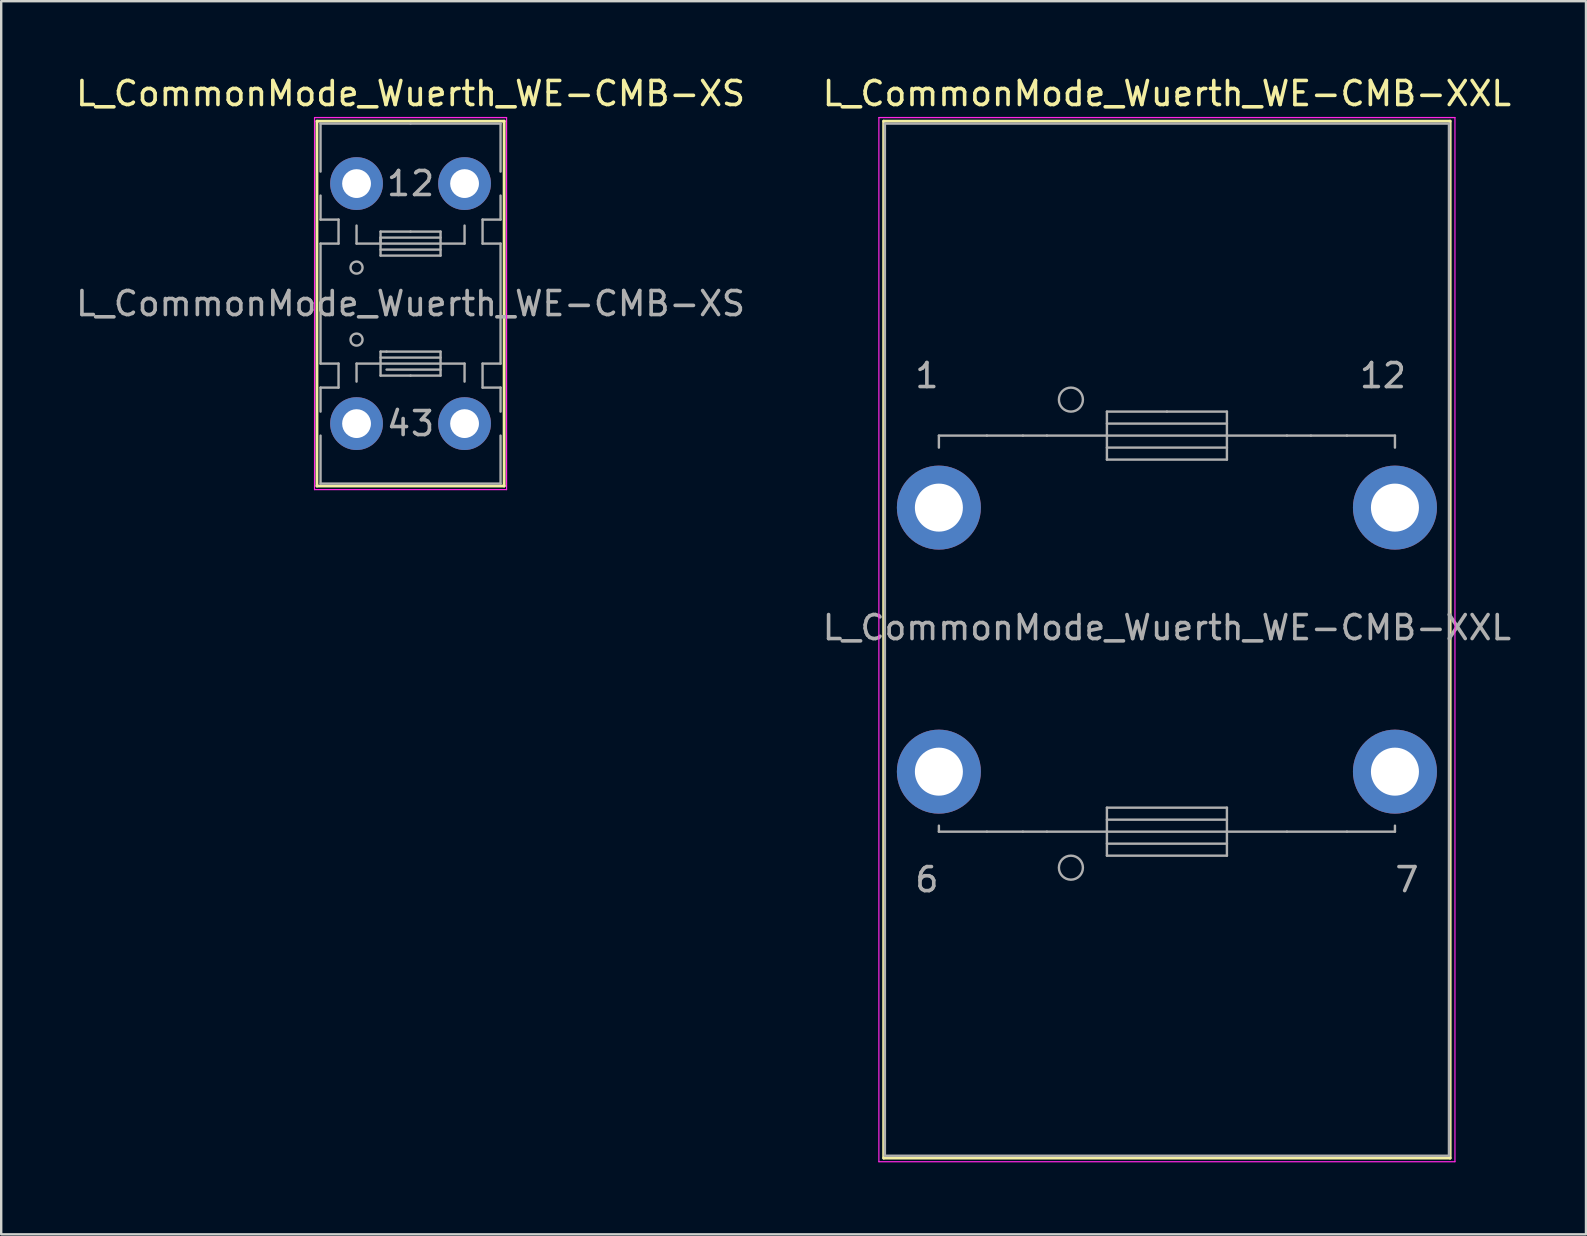
<source format=kicad_pcb>
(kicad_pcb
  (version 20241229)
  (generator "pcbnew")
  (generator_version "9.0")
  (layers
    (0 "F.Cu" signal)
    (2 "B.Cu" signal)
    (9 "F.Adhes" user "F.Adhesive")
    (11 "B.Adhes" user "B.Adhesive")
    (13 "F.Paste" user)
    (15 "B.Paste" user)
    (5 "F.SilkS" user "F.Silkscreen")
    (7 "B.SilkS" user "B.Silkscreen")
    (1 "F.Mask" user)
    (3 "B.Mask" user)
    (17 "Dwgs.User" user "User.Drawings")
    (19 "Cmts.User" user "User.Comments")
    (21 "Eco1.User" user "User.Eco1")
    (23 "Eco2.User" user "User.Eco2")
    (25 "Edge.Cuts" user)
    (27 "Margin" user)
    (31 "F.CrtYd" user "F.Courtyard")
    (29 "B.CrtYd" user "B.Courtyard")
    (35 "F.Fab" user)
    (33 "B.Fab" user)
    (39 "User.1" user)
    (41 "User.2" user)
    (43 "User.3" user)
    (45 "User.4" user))
  (footprint "L_CommonMode_Wuerth_WE-CMB-XXL"
    (layer "F.Cu")
    (at 36.065 18.098)
    (property "Reference" "L_CommonMode_Wuerth_WE-CMB-XXL" (at 9.5 -17.25 0) (layer "F.SilkS") (effects (font (size 1 1) (thickness 0.15))))
    (attr through_hole)
    (fp_line (start -2.3 -16.1) (end 21.3 -16.1) (stroke (width 0.12) (type solid)) (layer "F.SilkS"))
    (fp_line (start -2.3 27.1) (end -2.3 -16.1) (stroke (width 0.12) (type solid)) (layer "F.SilkS"))
    (fp_line (start 21.3 -16.1) (end 21.3 27.1) (stroke (width 0.12) (type solid)) (layer "F.SilkS"))
    (fp_line (start 21.3 27.1) (end -2.3 27.1) (stroke (width 0.12) (type solid)) (layer "F.SilkS"))
    (fp_line (start -2.5 -16.25) (end 21.5 -16.25) (stroke (width 0.05) (type solid)) (layer "F.CrtYd"))
    (fp_line (start -2.5 27.25) (end -2.5 -16.25) (stroke (width 0.05) (type solid)) (layer "F.CrtYd"))
    (fp_line (start 21.5 -16.25) (end 21.5 27.25) (stroke (width 0.05) (type solid)) (layer "F.CrtYd"))
    (fp_line (start 21.5 27.25) (end -2.5 27.25) (stroke (width 0.05) (type solid)) (layer "F.CrtYd"))
    (fp_line (start -2.25 -16) (end -2.25 27) (stroke (width 0.1) (type solid)) (layer "F.Fab"))
    (fp_line (start -2.25 27) (end 21.25 27) (stroke (width 0.1) (type solid)) (layer "F.Fab"))
    (fp_line (start 0 -3) (end 0 -2.5) (stroke (width 0.1) (type solid)) (layer "F.Fab"))
    (fp_line (start 0 13.5) (end 0 13.25) (stroke (width 0.1) (type solid)) (layer "F.Fab"))
    (fp_line (start 2 -3) (end 0 -3) (stroke (width 0.1) (type solid)) (layer "F.Fab"))
    (fp_line (start 2 13.5) (end 0 13.5) (stroke (width 0.1) (type solid)) (layer "F.Fab"))
    (fp_line (start 3.5 -3) (end 2 -3) (stroke (width 0.1) (type solid)) (layer "F.Fab"))
    (fp_line (start 3.5 13.5) (end 2 13.5) (stroke (width 0.1) (type solid)) (layer "F.Fab"))
    (fp_line (start 4.5 -3) (end 3.5 -3) (stroke (width 0.1) (type solid)) (layer "F.Fab"))
    (fp_line (start 4.5 13.5) (end 3.5 13.5) (stroke (width 0.1) (type solid)) (layer "F.Fab"))
    (fp_line (start 4.5 13.5) (end 7 13.5) (stroke (width 0.1) (type solid)) (layer "F.Fab"))
    (fp_line (start 7 -4) (end 9.5 -4) (stroke (width 0.1) (type solid)) (layer "F.Fab"))
    (fp_line (start 7 -3) (end 4.5 -3) (stroke (width 0.1) (type solid)) (layer "F.Fab"))
    (fp_line (start 7 -3) (end 12 -3) (stroke (width 0.1) (type solid)) (layer "F.Fab"))
    (fp_line (start 7 -2.5) (end 12 -2.5) (stroke (width 0.1) (type solid)) (layer "F.Fab"))
    (fp_line (start 7 -2) (end 7 -4) (stroke (width 0.1) (type solid)) (layer "F.Fab"))
    (fp_line (start 7 12.5) (end 12 12.5) (stroke (width 0.1) (type solid)) (layer "F.Fab"))
    (fp_line (start 7 14) (end 12 14) (stroke (width 0.1) (type solid)) (layer "F.Fab"))
    (fp_line (start 7 14.5) (end 7 12.5) (stroke (width 0.1) (type solid)) (layer "F.Fab"))
    (fp_line (start 9.5 -4) (end 12 -4) (stroke (width 0.1) (type solid)) (layer "F.Fab"))
    (fp_line (start 12 -4) (end 12 -2) (stroke (width 0.1) (type solid)) (layer "F.Fab"))
    (fp_line (start 12 -3.5) (end 7 -3.5) (stroke (width 0.1) (type solid)) (layer "F.Fab"))
    (fp_line (start 12 -3) (end 14.5 -3) (stroke (width 0.1) (type solid)) (layer "F.Fab"))
    (fp_line (start 12 -2) (end 7 -2) (stroke (width 0.1) (type solid)) (layer "F.Fab"))
    (fp_line (start 12 12.5) (end 12 14.5) (stroke (width 0.1) (type solid)) (layer "F.Fab"))
    (fp_line (start 12 13) (end 7 13) (stroke (width 0.1) (type solid)) (layer "F.Fab"))
    (fp_line (start 12 13.5) (end 7 13.5) (stroke (width 0.1) (type solid)) (layer "F.Fab"))
    (fp_line (start 12 14.5) (end 7 14.5) (stroke (width 0.1) (type solid)) (layer "F.Fab"))
    (fp_line (start 14.5 -3) (end 15.5 -3) (stroke (width 0.1) (type solid)) (layer "F.Fab"))
    (fp_line (start 14.5 13.5) (end 12 13.5) (stroke (width 0.1) (type solid)) (layer "F.Fab"))
    (fp_line (start 14.5 13.5) (end 17 13.5) (stroke (width 0.1) (type solid)) (layer "F.Fab"))
    (fp_line (start 15.5 -3) (end 17 -3) (stroke (width 0.1) (type solid)) (layer "F.Fab"))
    (fp_line (start 17 -3) (end 19 -3) (stroke (width 0.1) (type solid)) (layer "F.Fab"))
    (fp_line (start 17 13.5) (end 19 13.5) (stroke (width 0.1) (type solid)) (layer "F.Fab"))
    (fp_line (start 19 -3) (end 19 -2.5) (stroke (width 0.1) (type solid)) (layer "F.Fab"))
    (fp_line (start 19 13.5) (end 19 13.25) (stroke (width 0.1) (type solid)) (layer "F.Fab"))
    (fp_line (start 21.25 -16) (end -2.25 -16) (stroke (width 0.1) (type solid)) (layer "F.Fab"))
    (fp_line (start 21.25 27) (end 21.25 -16) (stroke (width 0.1) (type solid)) (layer "F.Fab"))
    (fp_circle (center 5.5 -4.5) (end 6 -4.5) (stroke (width 0.1) (type solid)) (fill no) (layer "F.Fab"))
    (fp_circle (center 5.5 15) (end 6 15) (stroke (width 0.1) (type solid)) (fill no) (layer "F.Fab"))
    (fp_text user "7" (at 19.5 15.5 0) (layer "F.Fab") (effects (font (size 1 1) (thickness 0.15))))
    (fp_text user "12" (at 18.5 -5.5 0) (layer "F.Fab") (effects (font (size 1 1) (thickness 0.15))))
    (fp_text user "1" (at -0.5 -5.5 0) (layer "F.Fab") (effects (font (size 1 1) (thickness 0.15))))
    (fp_text user "6" (at -0.5 15.5 0) (layer "F.Fab") (effects (font (size 1 1) (thickness 0.15))))
    (fp_text user "${REFERENCE}" (at 9.5 5 0) (layer "F.Fab") (effects (font (size 1 1) (thickness 0.15))))
    (pad "1" thru_hole circle (at 0 0) (size 3.5 3.5) (drill 2) (layers "*.Cu" "*.Mask"))
    (pad "6" thru_hole circle (at 0 11) (size 3.5 3.5) (drill 2) (layers "*.Cu" "*.Mask"))
    (pad "7" thru_hole circle (at 19 11) (size 3.5 3.5) (drill 2) (layers "*.Cu" "*.Mask"))
    (pad "12" thru_hole circle (at 19 0) (size 3.5 3.5) (drill 2) (layers "*.Cu" "*.Mask")))
  (footprint "L_CommonMode_Wuerth_WE-CMB-XS"
    (layer "F.Cu")
    (at 11.804 4.598)
    (property "Reference" "L_CommonMode_Wuerth_WE-CMB-XS" (at 2.25 -3.75 0) (layer "F.SilkS") (effects (font (size 1 1) (thickness 0.15))))
    (attr through_hole)
    (fp_line (start -1.65 -2.6) (end -1.65 12.6) (stroke (width 0.12) (type solid)) (layer "F.SilkS"))
    (fp_line (start -1.65 12.6) (end 6.15 12.6) (stroke (width 0.12) (type solid)) (layer "F.SilkS"))
    (fp_line (start 6.15 -2.6) (end -1.65 -2.6) (stroke (width 0.12) (type solid)) (layer "F.SilkS"))
    (fp_line (start 6.15 12.6) (end 6.15 -2.6) (stroke (width 0.12) (type solid)) (layer "F.SilkS"))
    (fp_line (start -1.75 -2.75) (end -1.75 12.75) (stroke (width 0.05) (type solid)) (layer "F.CrtYd"))
    (fp_line (start -1.75 12.75) (end 6.25 12.75) (stroke (width 0.05) (type solid)) (layer "F.CrtYd"))
    (fp_line (start 6.25 -2.75) (end -1.75 -2.75) (stroke (width 0.05) (type solid)) (layer "F.CrtYd"))
    (fp_line (start 6.25 12.75) (end 6.25 -2.75) (stroke (width 0.05) (type solid)) (layer "F.CrtYd"))
    (fp_line (start -1.5 -2.5) (end 2.25 -2.5) (stroke (width 0.1) (type solid)) (layer "F.Fab"))
    (fp_line (start -1.5 -0.5) (end -1.5 -2.5) (stroke (width 0.1) (type solid)) (layer "F.Fab"))
    (fp_line (start -1.5 1.5) (end -1.5 0.5) (stroke (width 0.1) (type solid)) (layer "F.Fab"))
    (fp_line (start -1.5 2.5) (end -0.75 2.5) (stroke (width 0.1) (type solid)) (layer "F.Fab"))
    (fp_line (start -1.5 7.5) (end -1.5 2.5) (stroke (width 0.1) (type solid)) (layer "F.Fab"))
    (fp_line (start -1.5 8.5) (end -0.75 8.5) (stroke (width 0.1) (type solid)) (layer "F.Fab"))
    (fp_line (start -1.5 9.5) (end -1.5 8.5) (stroke (width 0.1) (type solid)) (layer "F.Fab"))
    (fp_line (start -1.5 12.5) (end -1.5 10.5) (stroke (width 0.1) (type solid)) (layer "F.Fab"))
    (fp_line (start -0.75 1.5) (end -1.5 1.5) (stroke (width 0.1) (type solid)) (layer "F.Fab"))
    (fp_line (start -0.75 2.5) (end -0.75 1.5) (stroke (width 0.1) (type solid)) (layer "F.Fab"))
    (fp_line (start -0.75 7.5) (end -1.5 7.5) (stroke (width 0.1) (type solid)) (layer "F.Fab"))
    (fp_line (start -0.75 8.5) (end -0.75 7.5) (stroke (width 0.1) (type solid)) (layer "F.Fab"))
    (fp_line (start 0 2.5) (end 0 1.75) (stroke (width 0.1) (type solid)) (layer "F.Fab"))
    (fp_line (start 0 7.5) (end 0 8.25) (stroke (width 0.1) (type solid)) (layer "F.Fab"))
    (fp_line (start 1 2) (end 2.25 2) (stroke (width 0.1) (type solid)) (layer "F.Fab"))
    (fp_line (start 1 2.25) (end 1 2.5) (stroke (width 0.1) (type solid)) (layer "F.Fab"))
    (fp_line (start 1 2.5) (end 0 2.5) (stroke (width 0.1) (type solid)) (layer "F.Fab"))
    (fp_line (start 1 2.75) (end 3.5 2.75) (stroke (width 0.1) (type solid)) (layer "F.Fab"))
    (fp_line (start 1 3) (end 1 2) (stroke (width 0.1) (type solid)) (layer "F.Fab"))
    (fp_line (start 1 7) (end 1 8) (stroke (width 0.1) (type solid)) (layer "F.Fab"))
    (fp_line (start 1 7.5) (end 0 7.5) (stroke (width 0.1) (type solid)) (layer "F.Fab"))
    (fp_line (start 1 8) (end 2.25 8) (stroke (width 0.1) (type solid)) (layer "F.Fab"))
    (fp_line (start 1.25 7) (end 1 7) (stroke (width 0.1) (type solid)) (layer "F.Fab"))
    (fp_line (start 2.25 -2.5) (end 6 -2.5) (stroke (width 0.1) (type solid)) (layer "F.Fab"))
    (fp_line (start 2.25 2) (end 3.5 2) (stroke (width 0.1) (type solid)) (layer "F.Fab"))
    (fp_line (start 2.25 8) (end 3.5 8) (stroke (width 0.1) (type solid)) (layer "F.Fab"))
    (fp_line (start 3.5 2) (end 3.5 3) (stroke (width 0.1) (type solid)) (layer "F.Fab"))
    (fp_line (start 3.5 2.25) (end 1 2.25) (stroke (width 0.1) (type solid)) (layer "F.Fab"))
    (fp_line (start 3.5 2.5) (end 1 2.5) (stroke (width 0.1) (type solid)) (layer "F.Fab"))
    (fp_line (start 3.5 2.5) (end 4.5 2.5) (stroke (width 0.1) (type solid)) (layer "F.Fab"))
    (fp_line (start 3.5 3) (end 1 3) (stroke (width 0.1) (type solid)) (layer "F.Fab"))
    (fp_line (start 3.5 7) (end 1.25 7) (stroke (width 0.1) (type solid)) (layer "F.Fab"))
    (fp_line (start 3.5 7.25) (end 1 7.25) (stroke (width 0.1) (type solid)) (layer "F.Fab"))
    (fp_line (start 3.5 7.5) (end 1 7.5) (stroke (width 0.1) (type solid)) (layer "F.Fab"))
    (fp_line (start 3.5 7.5) (end 4.5 7.5) (stroke (width 0.1) (type solid)) (layer "F.Fab"))
    (fp_line (start 3.5 7.75) (end 1.25 7.75) (stroke (width 0.1) (type solid)) (layer "F.Fab"))
    (fp_line (start 3.5 8) (end 3.5 7) (stroke (width 0.1) (type solid)) (layer "F.Fab"))
    (fp_line (start 4.5 2.5) (end 4.5 1.75) (stroke (width 0.1) (type solid)) (layer "F.Fab"))
    (fp_line (start 4.5 7.5) (end 4.5 8.25) (stroke (width 0.1) (type solid)) (layer "F.Fab"))
    (fp_line (start 5.25 1.5) (end 5.25 2.5) (stroke (width 0.1) (type solid)) (layer "F.Fab"))
    (fp_line (start 5.25 2.5) (end 6 2.5) (stroke (width 0.1) (type solid)) (layer "F.Fab"))
    (fp_line (start 5.25 7.5) (end 5.25 8.5) (stroke (width 0.1) (type solid)) (layer "F.Fab"))
    (fp_line (start 5.25 8.5) (end 6 8.5) (stroke (width 0.1) (type solid)) (layer "F.Fab"))
    (fp_line (start 6 -2.5) (end 6 -0.5) (stroke (width 0.1) (type solid)) (layer "F.Fab"))
    (fp_line (start 6 0.5) (end 6 1.5) (stroke (width 0.1) (type solid)) (layer "F.Fab"))
    (fp_line (start 6 1.5) (end 5.25 1.5) (stroke (width 0.1) (type solid)) (layer "F.Fab"))
    (fp_line (start 6 2.5) (end 6 7.5) (stroke (width 0.1) (type solid)) (layer "F.Fab"))
    (fp_line (start 6 7.5) (end 5.25 7.5) (stroke (width 0.1) (type solid)) (layer "F.Fab"))
    (fp_line (start 6 8.5) (end 6 9.5) (stroke (width 0.1) (type solid)) (layer "F.Fab"))
    (fp_line (start 6 10.5) (end 6 12.5) (stroke (width 0.1) (type solid)) (layer "F.Fab"))
    (fp_line (start 6 12.5) (end -1.5 12.5) (stroke (width 0.1) (type solid)) (layer "F.Fab"))
    (fp_circle (center 0 3.5) (end 0.25 3.5) (stroke (width 0.1) (type solid)) (fill no) (layer "F.Fab"))
    (fp_circle (center 0 6.5) (end 0 6.25) (stroke (width 0.1) (type solid)) (fill no) (layer "F.Fab"))
    (fp_text user "2" (at 2.75 0 0) (layer "F.Fab") (effects (font (size 1 1) (thickness 0.15))))
    (fp_text user "1" (at 1.75 0 0) (layer "F.Fab") (effects (font (size 1 1) (thickness 0.15))))
    (fp_text user "${REFERENCE}" (at 2.25 5 0) (layer "F.Fab") (effects (font (size 1 1) (thickness 0.15))))
    (fp_text user "4" (at 1.75 10 0) (layer "F.Fab") (effects (font (size 1 1) (thickness 0.15))))
    (fp_text user "3" (at 2.75 10 0) (layer "F.Fab") (effects (font (size 1 1) (thickness 0.15))))
    (pad "1" thru_hole circle (at 0 0) (size 2.2 2.2) (drill 1.2) (layers "*.Cu" "*.Mask"))
    (pad "2" thru_hole circle (at 4.5 0) (size 2.2 2.2) (drill 1.2) (layers "*.Cu" "*.Mask"))
    (pad "3" thru_hole circle (at 4.5 10) (size 2.2 2.2) (drill 1.2) (layers "*.Cu" "*.Mask"))
    (pad "4" thru_hole circle (at 0 10) (size 2.2 2.2) (drill 1.2) (layers "*.Cu" "*.Mask")))
  (gr_rect
    (start -3 -3)
    (end 63.024 48.373)
    (stroke (width 0.1) (type default))
    (fill no)
    (layer "Edge.Cuts")))
</source>
